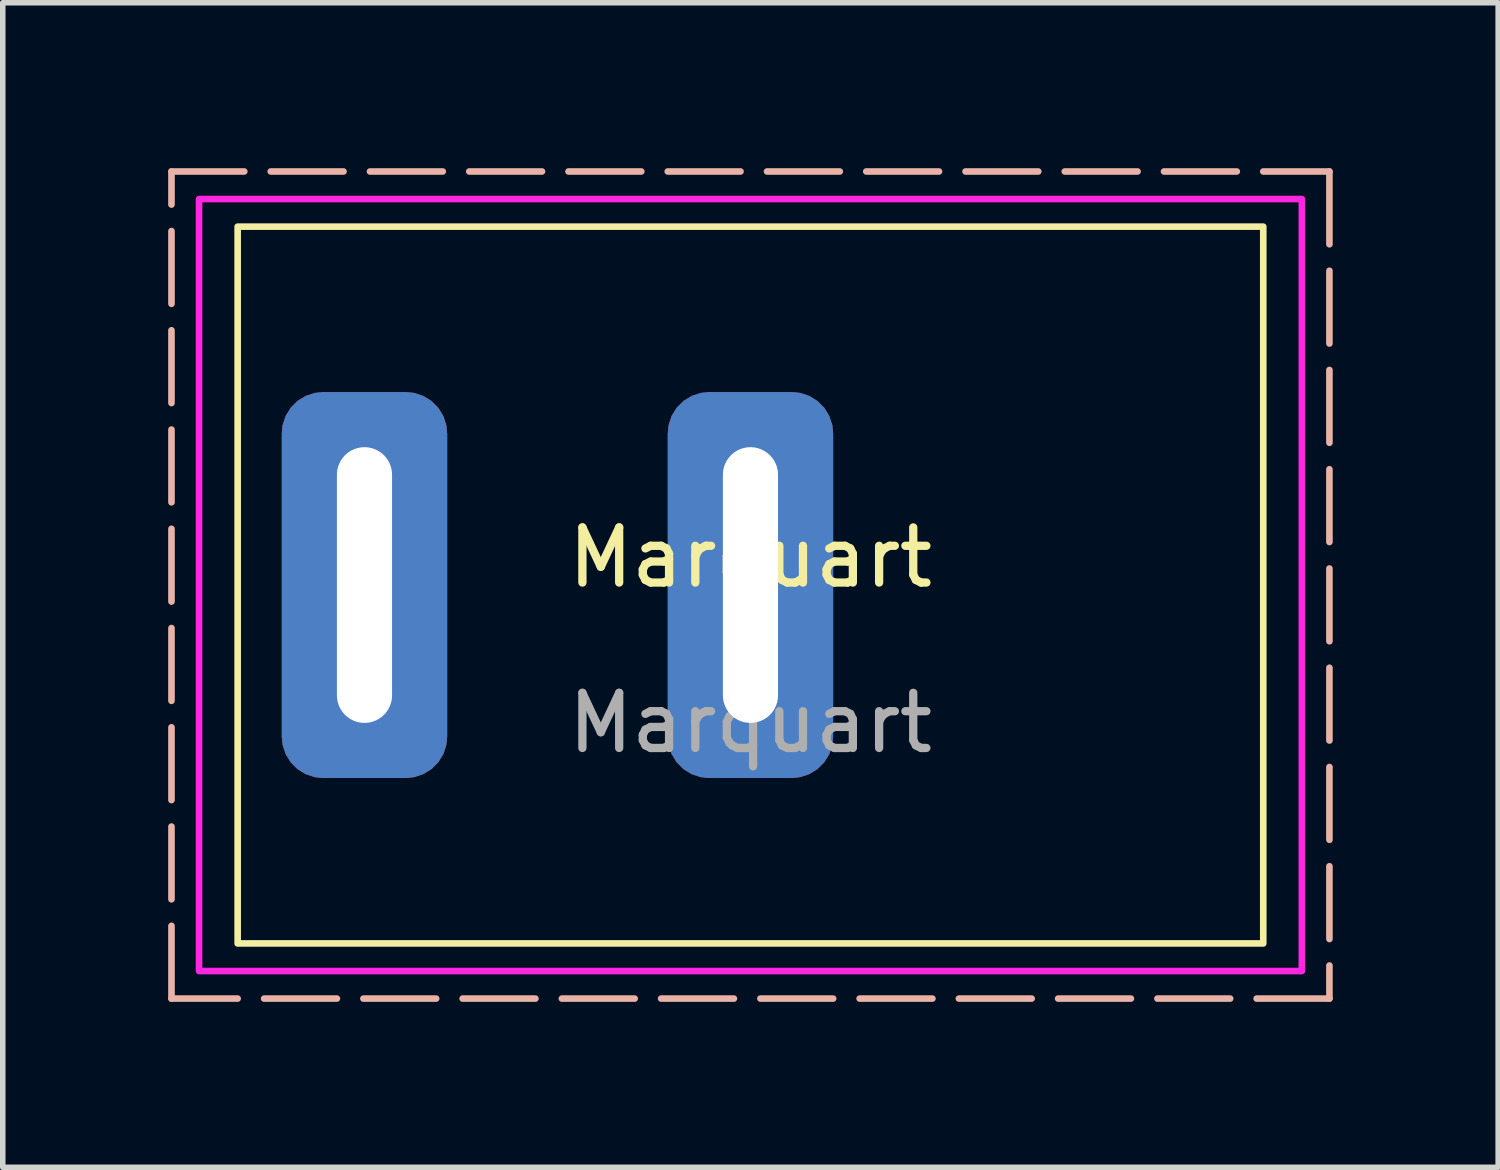
<source format=kicad_pcb>
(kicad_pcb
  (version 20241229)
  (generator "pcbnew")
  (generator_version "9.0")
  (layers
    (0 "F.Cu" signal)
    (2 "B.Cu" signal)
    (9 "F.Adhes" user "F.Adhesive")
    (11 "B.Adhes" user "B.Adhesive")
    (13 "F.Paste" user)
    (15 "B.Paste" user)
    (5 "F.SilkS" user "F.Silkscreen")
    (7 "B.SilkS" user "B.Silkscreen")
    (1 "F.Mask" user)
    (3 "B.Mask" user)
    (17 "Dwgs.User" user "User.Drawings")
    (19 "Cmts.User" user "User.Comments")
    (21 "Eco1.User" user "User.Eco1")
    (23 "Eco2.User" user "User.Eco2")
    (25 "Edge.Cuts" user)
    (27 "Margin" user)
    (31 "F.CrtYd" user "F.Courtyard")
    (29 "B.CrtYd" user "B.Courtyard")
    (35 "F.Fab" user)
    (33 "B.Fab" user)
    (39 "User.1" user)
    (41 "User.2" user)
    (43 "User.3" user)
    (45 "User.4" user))
  (footprint "Marquart"
    (layer "F.Cu")
    (at 10.56 7.56)
    (property "Reference" "Marquart" (at 0 -0.5 0) (unlocked yes) (layer "F.SilkS") (effects (font (size 1 1) (thickness 0.15))))
    (attr through_hole)
    (fp_rect (start -9.3 -6.5) (end 9.3 6.5) (stroke (width 0.12) (type default)) (fill no) (layer "F.SilkS"))
    (fp_rect (start -10.5 -7.5) (end 10.5 7.5) (stroke (width 0.12) (type dash)) (fill no) (layer "B.SilkS"))
    (fp_rect (start -10 -7) (end 10 7) (stroke (width 0.12) (type default)) (fill no) (layer "F.CrtYd"))
    (fp_text user "${REFERENCE}" (at 0 2.5 0) (unlocked yes) (layer "F.Fab") (effects (font (size 1 1) (thickness 0.15))))
    (pad "1" thru_hole roundrect (at -7 0) (size 3 7) (drill oval 1 5) (layers "*.Cu" "*.Mask") (roundrect_rratio 0.25))
    (pad "2" thru_hole roundrect (at 0 0) (size 3 7) (drill oval 1 5) (layers "*.Cu" "*.Mask") (roundrect_rratio 0.25)))
  (gr_rect
    (start -3 -3)
    (end 24.12 18.12)
    (stroke (width 0.1) (type default))
    (fill no)
    (layer "Edge.Cuts")))
</source>
